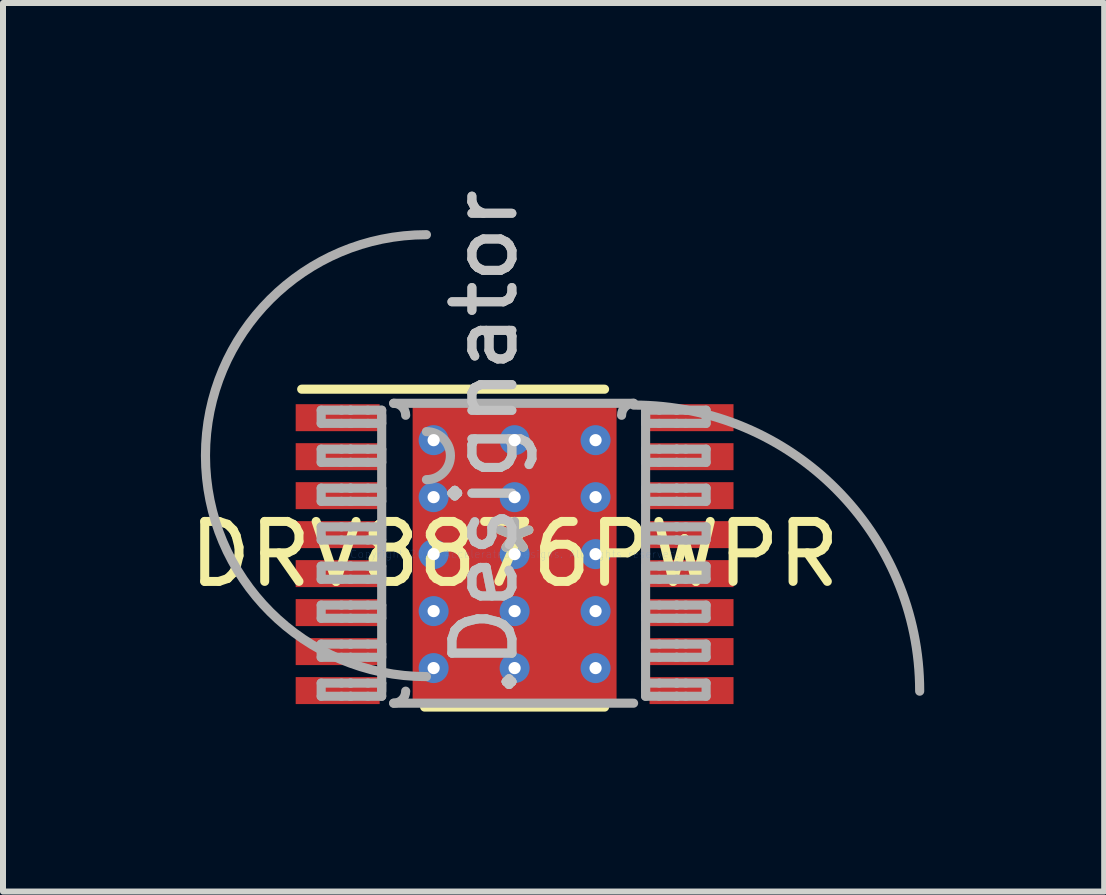
<source format=kicad_pcb>
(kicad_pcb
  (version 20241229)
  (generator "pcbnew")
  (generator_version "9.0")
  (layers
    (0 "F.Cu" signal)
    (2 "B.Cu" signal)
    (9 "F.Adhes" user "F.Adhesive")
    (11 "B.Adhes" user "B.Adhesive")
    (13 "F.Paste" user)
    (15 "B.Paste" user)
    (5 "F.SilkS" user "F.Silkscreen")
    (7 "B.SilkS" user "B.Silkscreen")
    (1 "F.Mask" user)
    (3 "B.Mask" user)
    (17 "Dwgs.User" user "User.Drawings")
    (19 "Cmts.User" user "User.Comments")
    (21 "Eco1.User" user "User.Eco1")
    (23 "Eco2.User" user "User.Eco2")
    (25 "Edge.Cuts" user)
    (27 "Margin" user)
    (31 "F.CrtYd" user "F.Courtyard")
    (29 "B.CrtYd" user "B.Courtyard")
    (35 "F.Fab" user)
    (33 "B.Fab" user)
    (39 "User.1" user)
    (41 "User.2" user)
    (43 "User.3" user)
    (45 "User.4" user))
  (footprint "DRV8876PWPR"
    (layer "F.Cu")
    (at 5.53 6.189)
    (property "Reference" "DRV8876PWPR" (at 0 0 0) (layer "F.SilkS") (effects (font (size 1 1) (thickness 0.15))))
    (attr through_hole)
    (fp_line (start -1.23 -1.726) (end -1.229 -1.735) (stroke (width 0.152) (type solid)) (layer "F.Mask"))
    (fp_line (start -1.23 1.726) (end -1.23 -1.726) (stroke (width 0.152) (type solid)) (layer "F.Mask"))
    (fp_line (start -1.229 -1.735) (end -1.226 -1.745) (stroke (width 0.152) (type solid)) (layer "F.Mask"))
    (fp_line (start -1.229 1.735) (end -1.23 1.726) (stroke (width 0.152) (type solid)) (layer "F.Mask"))
    (fp_line (start -1.226 -1.745) (end -1.222 -1.753) (stroke (width 0.152) (type solid)) (layer "F.Mask"))
    (fp_line (start -1.226 1.745) (end -1.229 1.735) (stroke (width 0.152) (type solid)) (layer "F.Mask"))
    (fp_line (start -1.222 -1.753) (end -1.216 -1.761) (stroke (width 0.152) (type solid)) (layer "F.Mask"))
    (fp_line (start -1.222 1.753) (end -1.226 1.745) (stroke (width 0.152) (type solid)) (layer "F.Mask"))
    (fp_line (start -1.216 -1.761) (end -1.208 -1.767) (stroke (width 0.152) (type solid)) (layer "F.Mask"))
    (fp_line (start -1.216 1.761) (end -1.222 1.753) (stroke (width 0.152) (type solid)) (layer "F.Mask"))
    (fp_line (start -1.208 -1.767) (end -1.2 -1.771) (stroke (width 0.152) (type solid)) (layer "F.Mask"))
    (fp_line (start -1.208 1.767) (end -1.216 1.761) (stroke (width 0.152) (type solid)) (layer "F.Mask"))
    (fp_line (start -1.2 -1.771) (end -1.19 -1.774) (stroke (width 0.152) (type solid)) (layer "F.Mask"))
    (fp_line (start -1.2 1.771) (end -1.208 1.767) (stroke (width 0.152) (type solid)) (layer "F.Mask"))
    (fp_line (start -1.19 -1.774) (end -1.181 -1.775) (stroke (width 0.152) (type solid)) (layer "F.Mask"))
    (fp_line (start -1.19 1.774) (end -1.2 1.771) (stroke (width 0.152) (type solid)) (layer "F.Mask"))
    (fp_line (start -1.181 -1.775) (end 1.181 -1.775) (stroke (width 0.152) (type solid)) (layer "F.Mask"))
    (fp_line (start -1.181 1.775) (end -1.19 1.774) (stroke (width 0.152) (type solid)) (layer "F.Mask"))
    (fp_line (start 1.181 -1.775) (end 1.19 -1.774) (stroke (width 0.152) (type solid)) (layer "F.Mask"))
    (fp_line (start 1.181 1.775) (end -1.181 1.775) (stroke (width 0.152) (type solid)) (layer "F.Mask"))
    (fp_line (start 1.19 -1.774) (end 1.2 -1.771) (stroke (width 0.152) (type solid)) (layer "F.Mask"))
    (fp_line (start 1.19 1.774) (end 1.181 1.775) (stroke (width 0.152) (type solid)) (layer "F.Mask"))
    (fp_line (start 1.2 -1.771) (end 1.208 -1.767) (stroke (width 0.152) (type solid)) (layer "F.Mask"))
    (fp_line (start 1.2 1.771) (end 1.19 1.774) (stroke (width 0.152) (type solid)) (layer "F.Mask"))
    (fp_line (start 1.208 -1.767) (end 1.216 -1.761) (stroke (width 0.152) (type solid)) (layer "F.Mask"))
    (fp_line (start 1.208 1.767) (end 1.2 1.771) (stroke (width 0.152) (type solid)) (layer "F.Mask"))
    (fp_line (start 1.216 -1.761) (end 1.222 -1.753) (stroke (width 0.152) (type solid)) (layer "F.Mask"))
    (fp_line (start 1.216 1.761) (end 1.208 1.767) (stroke (width 0.152) (type solid)) (layer "F.Mask"))
    (fp_line (start 1.222 -1.753) (end 1.226 -1.745) (stroke (width 0.152) (type solid)) (layer "F.Mask"))
    (fp_line (start 1.222 1.753) (end 1.216 1.761) (stroke (width 0.152) (type solid)) (layer "F.Mask"))
    (fp_line (start 1.226 -1.745) (end 1.229 -1.735) (stroke (width 0.152) (type solid)) (layer "F.Mask"))
    (fp_line (start 1.226 1.745) (end 1.222 1.753) (stroke (width 0.152) (type solid)) (layer "F.Mask"))
    (fp_line (start 1.229 -1.735) (end 1.23 -1.726) (stroke (width 0.152) (type solid)) (layer "F.Mask"))
    (fp_line (start 1.229 1.735) (end 1.226 1.745) (stroke (width 0.152) (type solid)) (layer "F.Mask"))
    (fp_line (start 1.23 -1.726) (end 1.23 1.726) (stroke (width 0.152) (type solid)) (layer "F.Mask"))
    (fp_line (start 1.23 1.726) (end 1.229 1.735) (stroke (width 0.152) (type solid)) (layer "F.Mask"))
    (fp_line (start -3.55 -2.75) (end 1.5 -2.75) (stroke (width 0.152) (type solid)) (layer "F.SilkS"))
    (fp_line (start -1.5 2.55) (end 1.5 2.55) (stroke (width 0.152) (type solid)) (layer "F.SilkS"))
    (fp_line (start -1.23 -1.726) (end -1.229 -1.735) (stroke (width 0.152) (type solid)) (layer "F.Paste"))
    (fp_line (start -1.23 1.726) (end -1.23 -1.726) (stroke (width 0.152) (type solid)) (layer "F.Paste"))
    (fp_line (start -1.229 -1.735) (end -1.226 -1.745) (stroke (width 0.152) (type solid)) (layer "F.Paste"))
    (fp_line (start -1.229 1.735) (end -1.23 1.726) (stroke (width 0.152) (type solid)) (layer "F.Paste"))
    (fp_line (start -1.226 -1.745) (end -1.222 -1.753) (stroke (width 0.152) (type solid)) (layer "F.Paste"))
    (fp_line (start -1.226 1.745) (end -1.229 1.735) (stroke (width 0.152) (type solid)) (layer "F.Paste"))
    (fp_line (start -1.222 -1.753) (end -1.216 -1.761) (stroke (width 0.152) (type solid)) (layer "F.Paste"))
    (fp_line (start -1.222 1.753) (end -1.226 1.745) (stroke (width 0.152) (type solid)) (layer "F.Paste"))
    (fp_line (start -1.216 -1.761) (end -1.208 -1.767) (stroke (width 0.152) (type solid)) (layer "F.Paste"))
    (fp_line (start -1.216 1.761) (end -1.222 1.753) (stroke (width 0.152) (type solid)) (layer "F.Paste"))
    (fp_line (start -1.208 -1.767) (end -1.2 -1.771) (stroke (width 0.152) (type solid)) (layer "F.Paste"))
    (fp_line (start -1.208 1.767) (end -1.216 1.761) (stroke (width 0.152) (type solid)) (layer "F.Paste"))
    (fp_line (start -1.2 -1.771) (end -1.19 -1.774) (stroke (width 0.152) (type solid)) (layer "F.Paste"))
    (fp_line (start -1.2 1.771) (end -1.208 1.767) (stroke (width 0.152) (type solid)) (layer "F.Paste"))
    (fp_line (start -1.19 -1.774) (end -1.181 -1.775) (stroke (width 0.152) (type solid)) (layer "F.Paste"))
    (fp_line (start -1.19 1.774) (end -1.2 1.771) (stroke (width 0.152) (type solid)) (layer "F.Paste"))
    (fp_line (start -1.181 -1.775) (end 1.181 -1.775) (stroke (width 0.152) (type solid)) (layer "F.Paste"))
    (fp_line (start -1.181 1.775) (end -1.19 1.774) (stroke (width 0.152) (type solid)) (layer "F.Paste"))
    (fp_line (start 1.181 -1.775) (end 1.19 -1.774) (stroke (width 0.152) (type solid)) (layer "F.Paste"))
    (fp_line (start 1.181 1.775) (end -1.181 1.775) (stroke (width 0.152) (type solid)) (layer "F.Paste"))
    (fp_line (start 1.19 -1.774) (end 1.2 -1.771) (stroke (width 0.152) (type solid)) (layer "F.Paste"))
    (fp_line (start 1.19 1.774) (end 1.181 1.775) (stroke (width 0.152) (type solid)) (layer "F.Paste"))
    (fp_line (start 1.2 -1.771) (end 1.208 -1.767) (stroke (width 0.152) (type solid)) (layer "F.Paste"))
    (fp_line (start 1.2 1.771) (end 1.19 1.774) (stroke (width 0.152) (type solid)) (layer "F.Paste"))
    (fp_line (start 1.208 -1.767) (end 1.216 -1.761) (stroke (width 0.152) (type solid)) (layer "F.Paste"))
    (fp_line (start 1.208 1.767) (end 1.2 1.771) (stroke (width 0.152) (type solid)) (layer "F.Paste"))
    (fp_line (start 1.216 -1.761) (end 1.222 -1.753) (stroke (width 0.152) (type solid)) (layer "F.Paste"))
    (fp_line (start 1.216 1.761) (end 1.208 1.767) (stroke (width 0.152) (type solid)) (layer "F.Paste"))
    (fp_line (start 1.222 -1.753) (end 1.226 -1.745) (stroke (width 0.152) (type solid)) (layer "F.Paste"))
    (fp_line (start 1.222 1.753) (end 1.216 1.761) (stroke (width 0.152) (type solid)) (layer "F.Paste"))
    (fp_line (start 1.226 -1.745) (end 1.229 -1.735) (stroke (width 0.152) (type solid)) (layer "F.Paste"))
    (fp_line (start 1.226 1.745) (end 1.222 1.753) (stroke (width 0.152) (type solid)) (layer "F.Paste"))
    (fp_line (start 1.229 -1.735) (end 1.23 -1.726) (stroke (width 0.152) (type solid)) (layer "F.Paste"))
    (fp_line (start 1.229 1.735) (end 1.226 1.745) (stroke (width 0.152) (type solid)) (layer "F.Paste"))
    (fp_line (start 1.23 -1.726) (end 1.23 1.726) (stroke (width 0.152) (type solid)) (layer "F.Paste"))
    (fp_line (start 1.23 1.726) (end 1.229 1.735) (stroke (width 0.152) (type solid)) (layer "F.Paste"))
    (fp_line (start -3.225 -2.4) (end -2.887 -2.4) (stroke (width 0.152) (type solid)) (layer "F.Fab"))
    (fp_line (start -3.225 -2.18) (end -3.225 -2.4) (stroke (width 0.152) (type solid)) (layer "F.Fab"))
    (fp_line (start -3.225 -2.18) (end -2.887 -2.18) (stroke (width 0.152) (type solid)) (layer "F.Fab"))
    (fp_line (start -3.225 -1.75) (end -2.887 -1.75) (stroke (width 0.152) (type solid)) (layer "F.Fab"))
    (fp_line (start -3.225 -1.53) (end -3.225 -1.75) (stroke (width 0.152) (type solid)) (layer "F.Fab"))
    (fp_line (start -3.225 -1.53) (end -2.887 -1.53) (stroke (width 0.152) (type solid)) (layer "F.Fab"))
    (fp_line (start -3.225 -1.1) (end -2.887 -1.1) (stroke (width 0.152) (type solid)) (layer "F.Fab"))
    (fp_line (start -3.225 -0.88) (end -3.225 -1.1) (stroke (width 0.152) (type solid)) (layer "F.Fab"))
    (fp_line (start -3.225 -0.88) (end -2.887 -0.88) (stroke (width 0.152) (type solid)) (layer "F.Fab"))
    (fp_line (start -3.225 -0.455) (end -2.887 -0.455) (stroke (width 0.152) (type solid)) (layer "F.Fab"))
    (fp_line (start -3.225 -0.235) (end -3.225 -0.455) (stroke (width 0.152) (type solid)) (layer "F.Fab"))
    (fp_line (start -3.225 -0.235) (end -2.887 -0.235) (stroke (width 0.152) (type solid)) (layer "F.Fab"))
    (fp_line (start -3.225 0.2) (end -2.887 0.2) (stroke (width 0.152) (type solid)) (layer "F.Fab"))
    (fp_line (start -3.225 0.42) (end -3.225 0.2) (stroke (width 0.152) (type solid)) (layer "F.Fab"))
    (fp_line (start -3.225 0.42) (end -2.887 0.42) (stroke (width 0.152) (type solid)) (layer "F.Fab"))
    (fp_line (start -3.225 0.85) (end -2.887 0.85) (stroke (width 0.152) (type solid)) (layer "F.Fab"))
    (fp_line (start -3.225 1.07) (end -3.225 0.85) (stroke (width 0.152) (type solid)) (layer "F.Fab"))
    (fp_line (start -3.225 1.07) (end -2.887 1.07) (stroke (width 0.152) (type solid)) (layer "F.Fab"))
    (fp_line (start -3.225 1.5) (end -2.887 1.5) (stroke (width 0.152) (type solid)) (layer "F.Fab"))
    (fp_line (start -3.225 1.72) (end -3.225 1.5) (stroke (width 0.152) (type solid)) (layer "F.Fab"))
    (fp_line (start -3.225 1.72) (end -2.887 1.72) (stroke (width 0.152) (type solid)) (layer "F.Fab"))
    (fp_line (start -3.225 2.15) (end -2.887 2.15) (stroke (width 0.152) (type solid)) (layer "F.Fab"))
    (fp_line (start -3.225 2.37) (end -3.225 2.15) (stroke (width 0.152) (type solid)) (layer "F.Fab"))
    (fp_line (start -3.225 2.37) (end -2.887 2.37) (stroke (width 0.152) (type solid)) (layer "F.Fab"))
    (fp_line (start -2.887 -2.4) (end -2.739 -2.4) (stroke (width 0.152) (type solid)) (layer "F.Fab"))
    (fp_line (start -2.887 -2.18) (end -2.739 -2.18) (stroke (width 0.152) (type solid)) (layer "F.Fab"))
    (fp_line (start -2.887 -1.75) (end -2.739 -1.75) (stroke (width 0.152) (type solid)) (layer "F.Fab"))
    (fp_line (start -2.887 -1.53) (end -2.739 -1.53) (stroke (width 0.152) (type solid)) (layer "F.Fab"))
    (fp_line (start -2.887 -1.1) (end -2.739 -1.1) (stroke (width 0.152) (type solid)) (layer "F.Fab"))
    (fp_line (start -2.887 -0.88) (end -2.739 -0.88) (stroke (width 0.152) (type solid)) (layer "F.Fab"))
    (fp_line (start -2.887 -0.455) (end -2.739 -0.455) (stroke (width 0.152) (type solid)) (layer "F.Fab"))
    (fp_line (start -2.887 -0.235) (end -2.739 -0.235) (stroke (width 0.152) (type solid)) (layer "F.Fab"))
    (fp_line (start -2.887 0.2) (end -2.739 0.2) (stroke (width 0.152) (type solid)) (layer "F.Fab"))
    (fp_line (start -2.887 0.42) (end -2.739 0.42) (stroke (width 0.152) (type solid)) (layer "F.Fab"))
    (fp_line (start -2.887 0.85) (end -2.739 0.85) (stroke (width 0.152) (type solid)) (layer "F.Fab"))
    (fp_line (start -2.887 1.07) (end -2.739 1.07) (stroke (width 0.152) (type solid)) (layer "F.Fab"))
    (fp_line (start -2.887 1.5) (end -2.739 1.5) (stroke (width 0.152) (type solid)) (layer "F.Fab"))
    (fp_line (start -2.887 1.72) (end -2.739 1.72) (stroke (width 0.152) (type solid)) (layer "F.Fab"))
    (fp_line (start -2.887 2.15) (end -2.739 2.15) (stroke (width 0.152) (type solid)) (layer "F.Fab"))
    (fp_line (start -2.887 2.37) (end -2.739 2.37) (stroke (width 0.152) (type solid)) (layer "F.Fab"))
    (fp_line (start -2.739 -2.4) (end -2.73 -2.4) (stroke (width 0.152) (type solid)) (layer "F.Fab"))
    (fp_line (start -2.739 -2.18) (end -2.73 -2.18) (stroke (width 0.152) (type solid)) (layer "F.Fab"))
    (fp_line (start -2.739 -1.75) (end -2.73 -1.75) (stroke (width 0.152) (type solid)) (layer "F.Fab"))
    (fp_line (start -2.739 -1.53) (end -2.73 -1.53) (stroke (width 0.152) (type solid)) (layer "F.Fab"))
    (fp_line (start -2.739 -1.1) (end -2.73 -1.1) (stroke (width 0.152) (type solid)) (layer "F.Fab"))
    (fp_line (start -2.739 -0.88) (end -2.73 -0.88) (stroke (width 0.152) (type solid)) (layer "F.Fab"))
    (fp_line (start -2.739 -0.455) (end -2.73 -0.455) (stroke (width 0.152) (type solid)) (layer "F.Fab"))
    (fp_line (start -2.739 -0.235) (end -2.73 -0.235) (stroke (width 0.152) (type solid)) (layer "F.Fab"))
    (fp_line (start -2.739 0.2) (end -2.73 0.2) (stroke (width 0.152) (type solid)) (layer "F.Fab"))
    (fp_line (start -2.739 0.42) (end -2.73 0.42) (stroke (width 0.152) (type solid)) (layer "F.Fab"))
    (fp_line (start -2.739 0.85) (end -2.73 0.85) (stroke (width 0.152) (type solid)) (layer "F.Fab"))
    (fp_line (start -2.739 1.07) (end -2.73 1.07) (stroke (width 0.152) (type solid)) (layer "F.Fab"))
    (fp_line (start -2.739 1.5) (end -2.73 1.5) (stroke (width 0.152) (type solid)) (layer "F.Fab"))
    (fp_line (start -2.739 1.72) (end -2.73 1.72) (stroke (width 0.152) (type solid)) (layer "F.Fab"))
    (fp_line (start -2.739 2.15) (end -2.73 2.15) (stroke (width 0.152) (type solid)) (layer "F.Fab"))
    (fp_line (start -2.739 2.37) (end -2.73 2.37) (stroke (width 0.152) (type solid)) (layer "F.Fab"))
    (fp_line (start -2.73 -2.4) (end -2.446 -2.4) (stroke (width 0.152) (type solid)) (layer "F.Fab"))
    (fp_line (start -2.73 -2.18) (end -2.446 -2.18) (stroke (width 0.152) (type solid)) (layer "F.Fab"))
    (fp_line (start -2.73 -1.75) (end -2.446 -1.75) (stroke (width 0.152) (type solid)) (layer "F.Fab"))
    (fp_line (start -2.73 -1.53) (end -2.446 -1.53) (stroke (width 0.152) (type solid)) (layer "F.Fab"))
    (fp_line (start -2.73 -1.1) (end -2.446 -1.1) (stroke (width 0.152) (type solid)) (layer "F.Fab"))
    (fp_line (start -2.73 -0.88) (end -2.446 -0.88) (stroke (width 0.152) (type solid)) (layer "F.Fab"))
    (fp_line (start -2.73 -0.455) (end -2.446 -0.455) (stroke (width 0.152) (type solid)) (layer "F.Fab"))
    (fp_line (start -2.73 -0.235) (end -2.446 -0.235) (stroke (width 0.152) (type solid)) (layer "F.Fab"))
    (fp_line (start -2.73 0.2) (end -2.446 0.2) (stroke (width 0.152) (type solid)) (layer "F.Fab"))
    (fp_line (start -2.73 0.42) (end -2.446 0.42) (stroke (width 0.152) (type solid)) (layer "F.Fab"))
    (fp_line (start -2.73 0.85) (end -2.446 0.85) (stroke (width 0.152) (type solid)) (layer "F.Fab"))
    (fp_line (start -2.73 1.07) (end -2.446 1.07) (stroke (width 0.152) (type solid)) (layer "F.Fab"))
    (fp_line (start -2.73 1.5) (end -2.446 1.5) (stroke (width 0.152) (type solid)) (layer "F.Fab"))
    (fp_line (start -2.73 1.72) (end -2.446 1.72) (stroke (width 0.152) (type solid)) (layer "F.Fab"))
    (fp_line (start -2.73 2.15) (end -2.446 2.15) (stroke (width 0.152) (type solid)) (layer "F.Fab"))
    (fp_line (start -2.73 2.37) (end -2.446 2.37) (stroke (width 0.152) (type solid)) (layer "F.Fab"))
    (fp_line (start -2.446 -2.4) (end -2.216 -2.4) (stroke (width 0.152) (type solid)) (layer "F.Fab"))
    (fp_line (start -2.446 -2.18) (end -2.216 -2.18) (stroke (width 0.152) (type solid)) (layer "F.Fab"))
    (fp_line (start -2.446 -1.75) (end -2.216 -1.75) (stroke (width 0.152) (type solid)) (layer "F.Fab"))
    (fp_line (start -2.446 -1.53) (end -2.216 -1.53) (stroke (width 0.152) (type solid)) (layer "F.Fab"))
    (fp_line (start -2.446 -1.1) (end -2.216 -1.1) (stroke (width 0.152) (type solid)) (layer "F.Fab"))
    (fp_line (start -2.446 -0.88) (end -2.216 -0.88) (stroke (width 0.152) (type solid)) (layer "F.Fab"))
    (fp_line (start -2.446 -0.455) (end -2.216 -0.455) (stroke (width 0.152) (type solid)) (layer "F.Fab"))
    (fp_line (start -2.446 -0.235) (end -2.216 -0.235) (stroke (width 0.152) (type solid)) (layer "F.Fab"))
    (fp_line (start -2.446 0.2) (end -2.216 0.2) (stroke (width 0.152) (type solid)) (layer "F.Fab"))
    (fp_line (start -2.446 0.42) (end -2.216 0.42) (stroke (width 0.152) (type solid)) (layer "F.Fab"))
    (fp_line (start -2.446 0.85) (end -2.216 0.85) (stroke (width 0.152) (type solid)) (layer "F.Fab"))
    (fp_line (start -2.446 1.07) (end -2.216 1.07) (stroke (width 0.152) (type solid)) (layer "F.Fab"))
    (fp_line (start -2.446 1.5) (end -2.216 1.5) (stroke (width 0.152) (type solid)) (layer "F.Fab"))
    (fp_line (start -2.446 1.72) (end -2.216 1.72) (stroke (width 0.152) (type solid)) (layer "F.Fab"))
    (fp_line (start -2.446 2.15) (end -2.216 2.15) (stroke (width 0.152) (type solid)) (layer "F.Fab"))
    (fp_line (start -2.446 2.37) (end -2.216 2.37) (stroke (width 0.152) (type solid)) (layer "F.Fab"))
    (fp_line (start -2.216 -2.18) (end -2.216 -2.4) (stroke (width 0.152) (type solid)) (layer "F.Fab"))
    (fp_line (start -2.216 -1.53) (end -2.216 -1.75) (stroke (width 0.152) (type solid)) (layer "F.Fab"))
    (fp_line (start -2.216 -0.88) (end -2.216 -1.1) (stroke (width 0.152) (type solid)) (layer "F.Fab"))
    (fp_line (start -2.216 -0.235) (end -2.216 -0.455) (stroke (width 0.152) (type solid)) (layer "F.Fab"))
    (fp_line (start -2.216 0.42) (end -2.216 0.2) (stroke (width 0.152) (type solid)) (layer "F.Fab"))
    (fp_line (start -2.216 1.07) (end -2.216 0.85) (stroke (width 0.152) (type solid)) (layer "F.Fab"))
    (fp_line (start -2.216 1.72) (end -2.216 1.5) (stroke (width 0.152) (type solid)) (layer "F.Fab"))
    (fp_line (start -2.216 2.285) (end -2.216 -2.315) (stroke (width 0.152) (type solid)) (layer "F.Fab"))
    (fp_line (start -2.216 2.37) (end -2.216 2.15) (stroke (width 0.152) (type solid)) (layer "F.Fab"))
    (fp_line (start -2.016 -2.515) (end 1.984 -2.515) (stroke (width 0.152) (type solid)) (layer "F.Fab"))
    (fp_line (start -2.016 2.485) (end 1.984 2.485) (stroke (width 0.152) (type solid)) (layer "F.Fab"))
    (fp_line (start 2.184 -2.4) (end 2.413 -2.4) (stroke (width 0.152) (type solid)) (layer "F.Fab"))
    (fp_line (start 2.184 -2.18) (end 2.184 -2.4) (stroke (width 0.152) (type solid)) (layer "F.Fab"))
    (fp_line (start 2.184 -2.18) (end 2.413 -2.18) (stroke (width 0.152) (type solid)) (layer "F.Fab"))
    (fp_line (start 2.184 -1.75) (end 2.413 -1.75) (stroke (width 0.152) (type solid)) (layer "F.Fab"))
    (fp_line (start 2.184 -1.53) (end 2.184 -1.75) (stroke (width 0.152) (type solid)) (layer "F.Fab"))
    (fp_line (start 2.184 -1.53) (end 2.413 -1.53) (stroke (width 0.152) (type solid)) (layer "F.Fab"))
    (fp_line (start 2.184 -1.1) (end 2.413 -1.1) (stroke (width 0.152) (type solid)) (layer "F.Fab"))
    (fp_line (start 2.184 -0.88) (end 2.184 -1.1) (stroke (width 0.152) (type solid)) (layer "F.Fab"))
    (fp_line (start 2.184 -0.88) (end 2.413 -0.88) (stroke (width 0.152) (type solid)) (layer "F.Fab"))
    (fp_line (start 2.184 -0.455) (end 2.413 -0.455) (stroke (width 0.152) (type solid)) (layer "F.Fab"))
    (fp_line (start 2.184 -0.235) (end 2.184 -0.455) (stroke (width 0.152) (type solid)) (layer "F.Fab"))
    (fp_line (start 2.184 -0.235) (end 2.413 -0.235) (stroke (width 0.152) (type solid)) (layer "F.Fab"))
    (fp_line (start 2.184 0.2) (end 2.413 0.2) (stroke (width 0.152) (type solid)) (layer "F.Fab"))
    (fp_line (start 2.184 0.42) (end 2.184 0.2) (stroke (width 0.152) (type solid)) (layer "F.Fab"))
    (fp_line (start 2.184 0.42) (end 2.413 0.42) (stroke (width 0.152) (type solid)) (layer "F.Fab"))
    (fp_line (start 2.184 0.85) (end 2.413 0.85) (stroke (width 0.152) (type solid)) (layer "F.Fab"))
    (fp_line (start 2.184 1.07) (end 2.184 0.85) (stroke (width 0.152) (type solid)) (layer "F.Fab"))
    (fp_line (start 2.184 1.07) (end 2.413 1.07) (stroke (width 0.152) (type solid)) (layer "F.Fab"))
    (fp_line (start 2.184 1.5) (end 2.413 1.5) (stroke (width 0.152) (type solid)) (layer "F.Fab"))
    (fp_line (start 2.184 1.72) (end 2.184 1.5) (stroke (width 0.152) (type solid)) (layer "F.Fab"))
    (fp_line (start 2.184 1.72) (end 2.413 1.72) (stroke (width 0.152) (type solid)) (layer "F.Fab"))
    (fp_line (start 2.184 2.15) (end 2.413 2.15) (stroke (width 0.152) (type solid)) (layer "F.Fab"))
    (fp_line (start 2.184 2.285) (end 2.184 -2.315) (stroke (width 0.152) (type solid)) (layer "F.Fab"))
    (fp_line (start 2.184 2.37) (end 2.184 2.15) (stroke (width 0.152) (type solid)) (layer "F.Fab"))
    (fp_line (start 2.184 2.37) (end 2.413 2.37) (stroke (width 0.152) (type solid)) (layer "F.Fab"))
    (fp_line (start 2.413 -2.4) (end 2.698 -2.4) (stroke (width 0.152) (type solid)) (layer "F.Fab"))
    (fp_line (start 2.413 -2.18) (end 2.698 -2.18) (stroke (width 0.152) (type solid)) (layer "F.Fab"))
    (fp_line (start 2.413 -1.75) (end 2.698 -1.75) (stroke (width 0.152) (type solid)) (layer "F.Fab"))
    (fp_line (start 2.413 -1.53) (end 2.698 -1.53) (stroke (width 0.152) (type solid)) (layer "F.Fab"))
    (fp_line (start 2.413 -1.1) (end 2.698 -1.1) (stroke (width 0.152) (type solid)) (layer "F.Fab"))
    (fp_line (start 2.413 -0.88) (end 2.698 -0.88) (stroke (width 0.152) (type solid)) (layer "F.Fab"))
    (fp_line (start 2.413 -0.455) (end 2.698 -0.455) (stroke (width 0.152) (type solid)) (layer "F.Fab"))
    (fp_line (start 2.413 -0.235) (end 2.698 -0.235) (stroke (width 0.152) (type solid)) (layer "F.Fab"))
    (fp_line (start 2.413 0.2) (end 2.698 0.2) (stroke (width 0.152) (type solid)) (layer "F.Fab"))
    (fp_line (start 2.413 0.42) (end 2.698 0.42) (stroke (width 0.152) (type solid)) (layer "F.Fab"))
    (fp_line (start 2.413 0.85) (end 2.698 0.85) (stroke (width 0.152) (type solid)) (layer "F.Fab"))
    (fp_line (start 2.413 1.07) (end 2.698 1.07) (stroke (width 0.152) (type solid)) (layer "F.Fab"))
    (fp_line (start 2.413 1.5) (end 2.698 1.5) (stroke (width 0.152) (type solid)) (layer "F.Fab"))
    (fp_line (start 2.413 1.72) (end 2.698 1.72) (stroke (width 0.152) (type solid)) (layer "F.Fab"))
    (fp_line (start 2.413 2.15) (end 2.698 2.15) (stroke (width 0.152) (type solid)) (layer "F.Fab"))
    (fp_line (start 2.413 2.37) (end 2.698 2.37) (stroke (width 0.152) (type solid)) (layer "F.Fab"))
    (fp_line (start 2.698 -2.4) (end 2.707 -2.4) (stroke (width 0.152) (type solid)) (layer "F.Fab"))
    (fp_line (start 2.698 -2.18) (end 2.707 -2.18) (stroke (width 0.152) (type solid)) (layer "F.Fab"))
    (fp_line (start 2.698 -1.75) (end 2.707 -1.75) (stroke (width 0.152) (type solid)) (layer "F.Fab"))
    (fp_line (start 2.698 -1.53) (end 2.707 -1.53) (stroke (width 0.152) (type solid)) (layer "F.Fab"))
    (fp_line (start 2.698 -1.1) (end 2.707 -1.1) (stroke (width 0.152) (type solid)) (layer "F.Fab"))
    (fp_line (start 2.698 -0.88) (end 2.707 -0.88) (stroke (width 0.152) (type solid)) (layer "F.Fab"))
    (fp_line (start 2.698 -0.455) (end 2.707 -0.455) (stroke (width 0.152) (type solid)) (layer "F.Fab"))
    (fp_line (start 2.698 -0.235) (end 2.707 -0.235) (stroke (width 0.152) (type solid)) (layer "F.Fab"))
    (fp_line (start 2.698 0.2) (end 2.707 0.2) (stroke (width 0.152) (type solid)) (layer "F.Fab"))
    (fp_line (start 2.698 0.42) (end 2.707 0.42) (stroke (width 0.152) (type solid)) (layer "F.Fab"))
    (fp_line (start 2.698 0.85) (end 2.707 0.85) (stroke (width 0.152) (type solid)) (layer "F.Fab"))
    (fp_line (start 2.698 1.07) (end 2.707 1.07) (stroke (width 0.152) (type solid)) (layer "F.Fab"))
    (fp_line (start 2.698 1.5) (end 2.707 1.5) (stroke (width 0.152) (type solid)) (layer "F.Fab"))
    (fp_line (start 2.698 1.72) (end 2.707 1.72) (stroke (width 0.152) (type solid)) (layer "F.Fab"))
    (fp_line (start 2.698 2.15) (end 2.707 2.15) (stroke (width 0.152) (type solid)) (layer "F.Fab"))
    (fp_line (start 2.698 2.37) (end 2.707 2.37) (stroke (width 0.152) (type solid)) (layer "F.Fab"))
    (fp_line (start 2.707 -2.4) (end 2.854 -2.4) (stroke (width 0.152) (type solid)) (layer "F.Fab"))
    (fp_line (start 2.707 -2.18) (end 2.854 -2.18) (stroke (width 0.152) (type solid)) (layer "F.Fab"))
    (fp_line (start 2.707 -1.75) (end 2.854 -1.75) (stroke (width 0.152) (type solid)) (layer "F.Fab"))
    (fp_line (start 2.707 -1.53) (end 2.854 -1.53) (stroke (width 0.152) (type solid)) (layer "F.Fab"))
    (fp_line (start 2.707 -1.1) (end 2.854 -1.1) (stroke (width 0.152) (type solid)) (layer "F.Fab"))
    (fp_line (start 2.707 -0.88) (end 2.854 -0.88) (stroke (width 0.152) (type solid)) (layer "F.Fab"))
    (fp_line (start 2.707 -0.455) (end 2.854 -0.455) (stroke (width 0.152) (type solid)) (layer "F.Fab"))
    (fp_line (start 2.707 -0.235) (end 2.854 -0.235) (stroke (width 0.152) (type solid)) (layer "F.Fab"))
    (fp_line (start 2.707 0.2) (end 2.854 0.2) (stroke (width 0.152) (type solid)) (layer "F.Fab"))
    (fp_line (start 2.707 0.42) (end 2.854 0.42) (stroke (width 0.152) (type solid)) (layer "F.Fab"))
    (fp_line (start 2.707 0.85) (end 2.854 0.85) (stroke (width 0.152) (type solid)) (layer "F.Fab"))
    (fp_line (start 2.707 1.07) (end 2.854 1.07) (stroke (width 0.152) (type solid)) (layer "F.Fab"))
    (fp_line (start 2.707 1.5) (end 2.854 1.5) (stroke (width 0.152) (type solid)) (layer "F.Fab"))
    (fp_line (start 2.707 1.72) (end 2.854 1.72) (stroke (width 0.152) (type solid)) (layer "F.Fab"))
    (fp_line (start 2.707 2.15) (end 2.854 2.15) (stroke (width 0.152) (type solid)) (layer "F.Fab"))
    (fp_line (start 2.707 2.37) (end 2.854 2.37) (stroke (width 0.152) (type solid)) (layer "F.Fab"))
    (fp_line (start 2.854 -2.4) (end 3.193 -2.4) (stroke (width 0.152) (type solid)) (layer "F.Fab"))
    (fp_line (start 2.854 -2.18) (end 3.193 -2.18) (stroke (width 0.152) (type solid)) (layer "F.Fab"))
    (fp_line (start 2.854 -1.75) (end 3.193 -1.75) (stroke (width 0.152) (type solid)) (layer "F.Fab"))
    (fp_line (start 2.854 -1.53) (end 3.193 -1.53) (stroke (width 0.152) (type solid)) (layer "F.Fab"))
    (fp_line (start 2.854 -1.1) (end 3.193 -1.1) (stroke (width 0.152) (type solid)) (layer "F.Fab"))
    (fp_line (start 2.854 -0.88) (end 3.193 -0.88) (stroke (width 0.152) (type solid)) (layer "F.Fab"))
    (fp_line (start 2.854 -0.455) (end 3.193 -0.455) (stroke (width 0.152) (type solid)) (layer "F.Fab"))
    (fp_line (start 2.854 -0.235) (end 3.193 -0.235) (stroke (width 0.152) (type solid)) (layer "F.Fab"))
    (fp_line (start 2.854 0.2) (end 3.193 0.2) (stroke (width 0.152) (type solid)) (layer "F.Fab"))
    (fp_line (start 2.854 0.42) (end 3.193 0.42) (stroke (width 0.152) (type solid)) (layer "F.Fab"))
    (fp_line (start 2.854 0.85) (end 3.193 0.85) (stroke (width 0.152) (type solid)) (layer "F.Fab"))
    (fp_line (start 2.854 1.07) (end 3.193 1.07) (stroke (width 0.152) (type solid)) (layer "F.Fab"))
    (fp_line (start 2.854 1.5) (end 3.193 1.5) (stroke (width 0.152) (type solid)) (layer "F.Fab"))
    (fp_line (start 2.854 1.72) (end 3.193 1.72) (stroke (width 0.152) (type solid)) (layer "F.Fab"))
    (fp_line (start 2.854 2.15) (end 3.193 2.15) (stroke (width 0.152) (type solid)) (layer "F.Fab"))
    (fp_line (start 2.854 2.37) (end 3.193 2.37) (stroke (width 0.152) (type solid)) (layer "F.Fab"))
    (fp_line (start 3.193 -2.18) (end 3.193 -2.4) (stroke (width 0.152) (type solid)) (layer "F.Fab"))
    (fp_line (start 3.193 -1.53) (end 3.193 -1.75) (stroke (width 0.152) (type solid)) (layer "F.Fab"))
    (fp_line (start 3.193 -0.88) (end 3.193 -1.1) (stroke (width 0.152) (type solid)) (layer "F.Fab"))
    (fp_line (start 3.193 -0.235) (end 3.193 -0.455) (stroke (width 0.152) (type solid)) (layer "F.Fab"))
    (fp_line (start 3.193 0.42) (end 3.193 0.2) (stroke (width 0.152) (type solid)) (layer "F.Fab"))
    (fp_line (start 3.193 1.07) (end 3.193 0.85) (stroke (width 0.152) (type solid)) (layer "F.Fab"))
    (fp_line (start 3.193 1.72) (end 3.193 1.5) (stroke (width 0.152) (type solid)) (layer "F.Fab"))
    (fp_line (start 3.193 2.37) (end 3.193 2.15) (stroke (width 0.152) (type solid)) (layer "F.Fab"))
    (fp_arc (start -2.016138 -2.514986) (mid -1.874717 -2.456407) (end -1.816138 -2.314986) (stroke (width 0.1524) (type solid)) (layer "F.Fab"))
    (fp_arc (start -1.816138 2.285004) (mid -1.874717 2.426425) (end -2.016138 2.485004) (stroke (width 0.1524) (type solid)) (layer "F.Fab"))
    (fp_arc (start -1.470139 -2.041987) (mid -1.07014 -1.641988) (end -1.470139 -1.241989) (stroke (width 0.1524) (type solid)) (layer "F.Fab"))
    (fp_arc (start -1.470139 2.041987) (mid -5.154114 -1.641988) (end -1.470139 -5.325963) (stroke (width 0.1524) (type solid)) (layer "F.Fab"))
    (fp_arc (start 1.783855 -2.314986) (mid 1.842433 -2.456407) (end 1.983854 -2.514985) (stroke (width 0.1524) (type solid)) (layer "F.Fab"))
    (fp_arc (start 1.983854 -2.485004) (mid 5.356759 -1.087901) (end 6.753862 2.285004) (stroke (width 0.1524) (type solid)) (layer "F.Fab"))
    (fp_text user "*" (at 0 0 0) (layer "F.SilkS") (effects (font (size 1 1) (thickness 0.15))))
    (fp_text user ".Designator" (at -0.5 -1.85 270) (layer "Dwgs.User") (effects (font (size 1 1) (thickness 0.15))))
    (fp_text user "Copyright 2016 Accelerated Designs. All rights reserved." (at 0 0 0) (layer "Cmts.User") (effects (font (size 0.127 0.127) (thickness 0.002))))
    (fp_text user ".Designator" (at -0.5 -1.85 270) (layer "F.Fab") (effects (font (size 1 1) (thickness 0.15))))
    (fp_text user "*" (at 0 0 0) (layer "F.Fab") (effects (font (size 1 1) (thickness 0.15))))
    (pad "1" smd rect (at -2.95 -2.275 90) (size 0.45 1.4) (layers "F.Cu" "F.Mask" "F.Paste"))
    (pad "2" smd rect (at -2.95 -1.625 90) (size 0.45 1.4) (layers "F.Cu" "F.Mask" "F.Paste"))
    (pad "3" smd rect (at -2.95 -0.975 90) (size 0.45 1.4) (layers "F.Cu" "F.Mask" "F.Paste"))
    (pad "4" smd rect (at -2.95 -0.325 90) (size 0.45 1.4) (layers "F.Cu" "F.Mask" "F.Paste"))
    (pad "5" smd rect (at -2.95 0.325 90) (size 0.45 1.4) (layers "F.Cu" "F.Mask" "F.Paste"))
    (pad "6" smd rect (at -2.95 0.975 90) (size 0.45 1.4) (layers "F.Cu" "F.Mask" "F.Paste"))
    (pad "7" smd rect (at -2.95 1.625 90) (size 0.45 1.4) (layers "F.Cu" "F.Mask" "F.Paste"))
    (pad "8" smd rect (at -2.95 2.275 90) (size 0.45 1.4) (layers "F.Cu" "F.Mask" "F.Paste"))
    (pad "9" smd rect (at 2.95 2.275 90) (size 0.45 1.4) (layers "F.Cu" "F.Mask" "F.Paste"))
    (pad "10" smd rect (at 2.95 1.625 90) (size 0.45 1.4) (layers "F.Cu" "F.Mask" "F.Paste"))
    (pad "11" smd rect (at 2.95 0.975 90) (size 0.45 1.4) (layers "F.Cu" "F.Mask" "F.Paste"))
    (pad "12" smd rect (at 2.95 0.325 90) (size 0.45 1.4) (layers "F.Cu" "F.Mask" "F.Paste"))
    (pad "13" smd rect (at 2.95 -0.325 90) (size 0.45 1.4) (layers "F.Cu" "F.Mask" "F.Paste"))
    (pad "14" smd rect (at 2.95 -0.975 90) (size 0.45 1.4) (layers "F.Cu" "F.Mask" "F.Paste"))
    (pad "15" smd rect (at 2.95 -1.625 90) (size 0.45 1.4) (layers "F.Cu" "F.Mask" "F.Paste"))
    (pad "16" smd rect (at 2.95 -2.275 90) (size 0.45 1.4) (layers "F.Cu" "F.Mask" "F.Paste"))
    (pad "17" smd rect (at 0 0) (size 3.4 5) (layers "F.Cu" "F.Mask" "F.Paste"))
    (pad "V" thru_hole circle (at -1.35 -1.9) (size 0.5 0.5) (drill 0.203) (layers "*.Cu" "*.Mask"))
    (pad "V" thru_hole circle (at -1.35 -0.95) (size 0.5 0.5) (drill 0.203) (layers "*.Cu" "*.Mask"))
    (pad "V" thru_hole circle (at -1.35 0) (size 0.5 0.5) (drill 0.203) (layers "*.Cu" "*.Mask"))
    (pad "V" thru_hole circle (at -1.35 0.95) (size 0.5 0.5) (drill 0.203) (layers "*.Cu" "*.Mask"))
    (pad "V" thru_hole circle (at -1.35 1.9) (size 0.5 0.5) (drill 0.203) (layers "*.Cu" "*.Mask"))
    (pad "V" thru_hole circle (at 0 -1.9) (size 0.5 0.5) (drill 0.203) (layers "*.Cu" "*.Mask"))
    (pad "V" thru_hole circle (at 0 -0.95) (size 0.5 0.5) (drill 0.203) (layers "*.Cu" "*.Mask"))
    (pad "V" thru_hole circle (at 0 0) (size 0.5 0.5) (drill 0.203) (layers "*.Cu" "*.Mask"))
    (pad "V" thru_hole circle (at 0 0.95) (size 0.5 0.5) (drill 0.203) (layers "*.Cu" "*.Mask"))
    (pad "V" thru_hole circle (at 0 1.9) (size 0.5 0.5) (drill 0.203) (layers "*.Cu" "*.Mask"))
    (pad "V" thru_hole circle (at 1.35 -1.9) (size 0.5 0.5) (drill 0.203) (layers "*.Cu" "*.Mask"))
    (pad "V" thru_hole circle (at 1.35 -0.95) (size 0.5 0.5) (drill 0.203) (layers "*.Cu" "*.Mask"))
    (pad "V" thru_hole circle (at 1.35 0) (size 0.5 0.5) (drill 0.203) (layers "*.Cu" "*.Mask"))
    (pad "V" thru_hole circle (at 1.35 0.95) (size 0.5 0.5) (drill 0.203) (layers "*.Cu" "*.Mask"))
    (pad "V" thru_hole circle (at 1.35 1.9) (size 0.5 0.5) (drill 0.203) (layers "*.Cu" "*.Mask")))
  (gr_rect
    (start -3 -3)
    (end 15.36 11.815)
    (stroke (width 0.1) (type default))
    (fill no)
    (layer "Edge.Cuts")))
</source>
